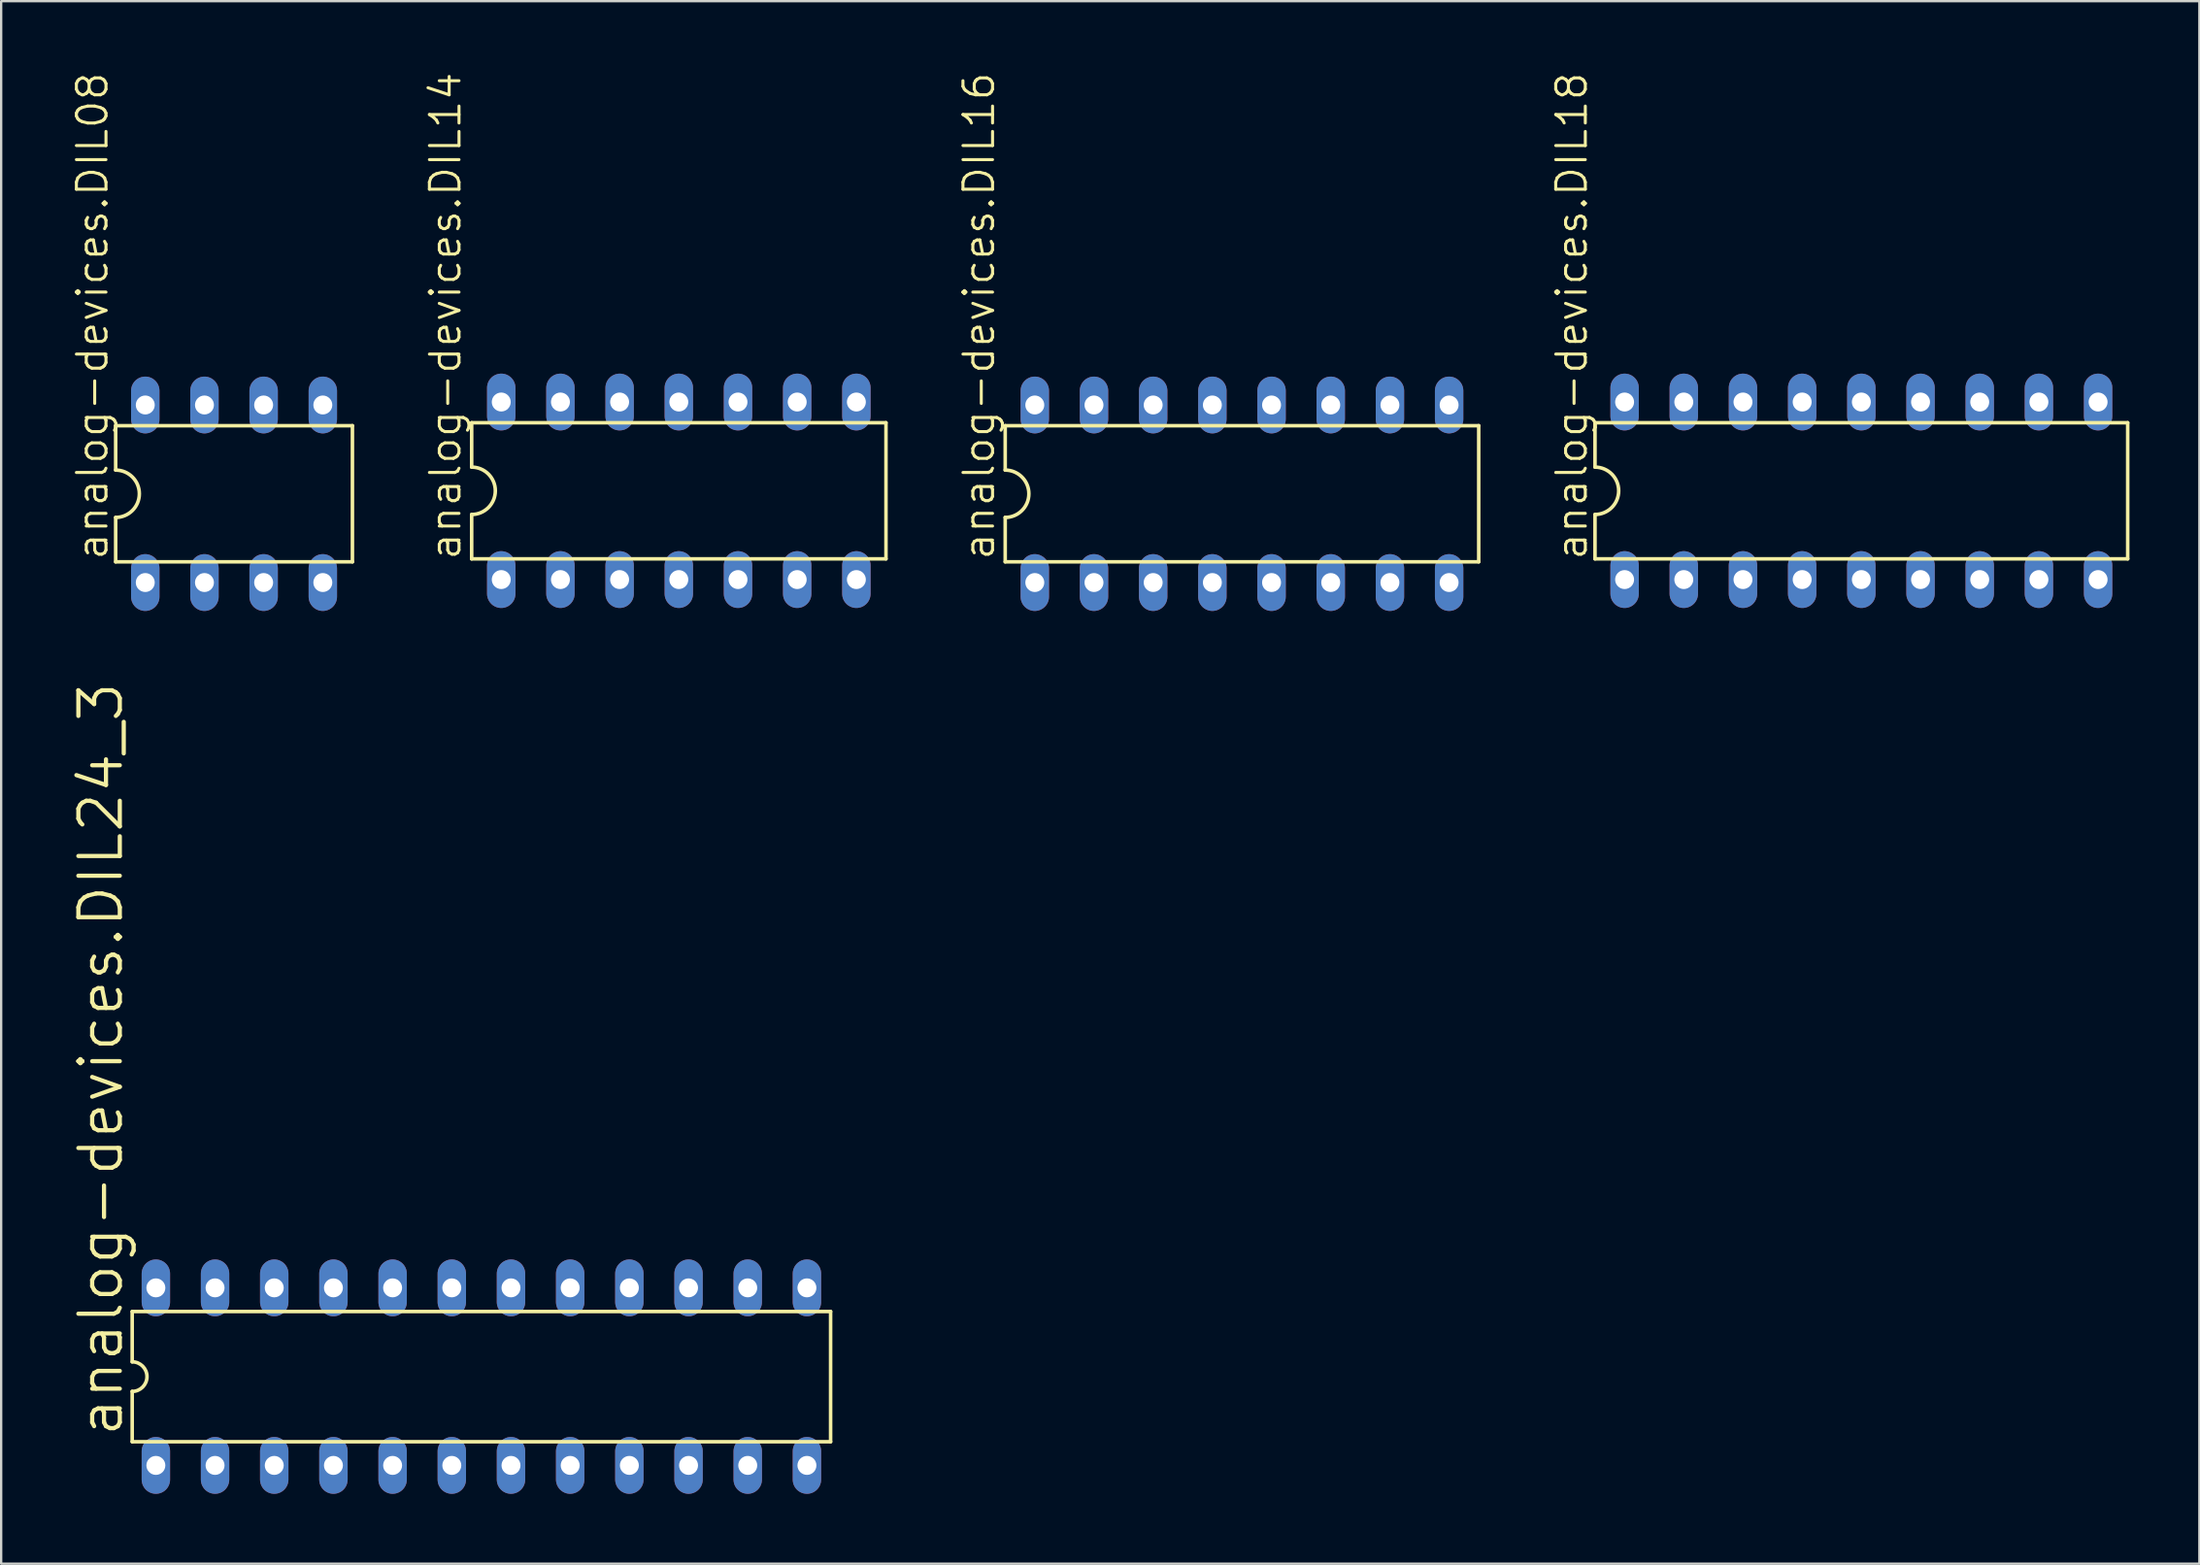
<source format=kicad_pcb>
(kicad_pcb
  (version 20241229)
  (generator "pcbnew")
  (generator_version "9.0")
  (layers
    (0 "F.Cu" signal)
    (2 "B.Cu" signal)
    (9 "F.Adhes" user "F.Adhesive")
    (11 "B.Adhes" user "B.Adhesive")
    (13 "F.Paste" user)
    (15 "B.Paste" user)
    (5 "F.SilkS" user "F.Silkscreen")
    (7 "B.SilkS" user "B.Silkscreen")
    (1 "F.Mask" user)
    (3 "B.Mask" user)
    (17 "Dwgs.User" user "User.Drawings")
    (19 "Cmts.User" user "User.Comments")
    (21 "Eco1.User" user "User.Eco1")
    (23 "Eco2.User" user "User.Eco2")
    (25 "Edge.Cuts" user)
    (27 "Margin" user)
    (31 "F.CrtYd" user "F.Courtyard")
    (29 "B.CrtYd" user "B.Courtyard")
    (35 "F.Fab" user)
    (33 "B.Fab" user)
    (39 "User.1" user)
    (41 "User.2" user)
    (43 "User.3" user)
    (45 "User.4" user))
  (footprint "analog-devices.DIL14"
    (layer "F.Cu")
    (at 26.081 18.013)
    (property "Reference" "analog-devices.DIL14" (at -9.271 3.048 90) (layer "F.SilkS") (effects (font (size 1.27 1.27) (thickness 0.13)) (justify left bottom)))
    (attr through_hole)
    (fp_line (start -8.89 -2.921) (end -8.89 -1.016) (stroke (width 0.152) (type default)) (layer "F.SilkS"))
    (fp_line (start -8.89 2.921) (end -8.89 1.016) (stroke (width 0.152) (type default)) (layer "F.SilkS"))
    (fp_line (start -8.89 2.921) (end 8.89 2.921) (stroke (width 0.152) (type default)) (layer "F.SilkS"))
    (fp_line (start 8.89 -2.921) (end -8.89 -2.921) (stroke (width 0.152) (type default)) (layer "F.SilkS"))
    (fp_line (start 8.89 -2.921) (end 8.89 2.921) (stroke (width 0.152) (type default)) (layer "F.SilkS"))
    (fp_arc (start -8.89 -1.016) (mid -7.874 0) (end -8.89 1.016) (stroke (width 0.1524) (type default)) (layer "F.SilkS"))
    (pad "1" thru_hole oval (at -7.62 3.81 90) (size 2.438 1.219) (drill 0.813) (layers "*.Cu" "*.Mask"))
    (pad "2" thru_hole oval (at -5.08 3.81 90) (size 2.438 1.219) (drill 0.813) (layers "*.Cu" "*.Mask"))
    (pad "3" thru_hole oval (at -2.54 3.81 90) (size 2.438 1.219) (drill 0.813) (layers "*.Cu" "*.Mask"))
    (pad "4" thru_hole oval (at 0 3.81 90) (size 2.438 1.219) (drill 0.813) (layers "*.Cu" "*.Mask"))
    (pad "5" thru_hole oval (at 2.54 3.81 90) (size 2.438 1.219) (drill 0.813) (layers "*.Cu" "*.Mask"))
    (pad "6" thru_hole oval (at 5.08 3.81 90) (size 2.438 1.219) (drill 0.813) (layers "*.Cu" "*.Mask"))
    (pad "7" thru_hole oval (at 7.62 3.81 90) (size 2.438 1.219) (drill 0.813) (layers "*.Cu" "*.Mask"))
    (pad "8" thru_hole oval (at 7.62 -3.81 90) (size 2.438 1.219) (drill 0.813) (layers "*.Cu" "*.Mask"))
    (pad "9" thru_hole oval (at 5.08 -3.81 90) (size 2.438 1.219) (drill 0.813) (layers "*.Cu" "*.Mask"))
    (pad "10" thru_hole oval (at 2.54 -3.81 90) (size 2.438 1.219) (drill 0.813) (layers "*.Cu" "*.Mask"))
    (pad "11" thru_hole oval (at 0 -3.81 90) (size 2.438 1.219) (drill 0.813) (layers "*.Cu" "*.Mask"))
    (pad "12" thru_hole oval (at -2.54 -3.81 90) (size 2.438 1.219) (drill 0.813) (layers "*.Cu" "*.Mask"))
    (pad "13" thru_hole oval (at -5.08 -3.81 90) (size 2.438 1.219) (drill 0.813) (layers "*.Cu" "*.Mask"))
    (pad "14" thru_hole oval (at -7.62 -3.81 90) (size 2.438 1.219) (drill 0.813) (layers "*.Cu" "*.Mask")))
  (footprint "analog-devices.DIL18"
    (layer "F.Cu")
    (at 76.829 18.013)
    (property "Reference" "analog-devices.DIL18" (at -11.684 3.048 90) (layer "F.SilkS") (effects (font (size 1.27 1.27) (thickness 0.13)) (justify left bottom)))
    (attr through_hole)
    (fp_line (start -11.43 -2.921) (end -11.43 -1.016) (stroke (width 0.152) (type default)) (layer "F.SilkS"))
    (fp_line (start -11.43 2.921) (end -11.43 1.016) (stroke (width 0.152) (type default)) (layer "F.SilkS"))
    (fp_line (start -11.43 2.921) (end 11.43 2.921) (stroke (width 0.152) (type default)) (layer "F.SilkS"))
    (fp_line (start 11.43 -2.921) (end -11.43 -2.921) (stroke (width 0.152) (type default)) (layer "F.SilkS"))
    (fp_line (start 11.43 -2.921) (end 11.43 2.921) (stroke (width 0.152) (type default)) (layer "F.SilkS"))
    (fp_arc (start -11.43 -1.016) (mid -10.414 0) (end -11.43 1.016) (stroke (width 0.1524) (type default)) (layer "F.SilkS"))
    (pad "1" thru_hole oval (at -10.16 3.81 90) (size 2.438 1.219) (drill 0.813) (layers "*.Cu" "*.Mask"))
    (pad "2" thru_hole oval (at -7.62 3.81 90) (size 2.438 1.219) (drill 0.813) (layers "*.Cu" "*.Mask"))
    (pad "3" thru_hole oval (at -5.08 3.81 90) (size 2.438 1.219) (drill 0.813) (layers "*.Cu" "*.Mask"))
    (pad "4" thru_hole oval (at -2.54 3.81 90) (size 2.438 1.219) (drill 0.813) (layers "*.Cu" "*.Mask"))
    (pad "5" thru_hole oval (at 0 3.81 90) (size 2.438 1.219) (drill 0.813) (layers "*.Cu" "*.Mask"))
    (pad "6" thru_hole oval (at 2.54 3.81 90) (size 2.438 1.219) (drill 0.813) (layers "*.Cu" "*.Mask"))
    (pad "7" thru_hole oval (at 5.08 3.81 90) (size 2.438 1.219) (drill 0.813) (layers "*.Cu" "*.Mask"))
    (pad "8" thru_hole oval (at 7.62 3.81 90) (size 2.438 1.219) (drill 0.813) (layers "*.Cu" "*.Mask"))
    (pad "9" thru_hole oval (at 10.16 3.81 90) (size 2.438 1.219) (drill 0.813) (layers "*.Cu" "*.Mask"))
    (pad "10" thru_hole oval (at 10.16 -3.81 90) (size 2.438 1.219) (drill 0.813) (layers "*.Cu" "*.Mask"))
    (pad "11" thru_hole oval (at 7.62 -3.81 90) (size 2.438 1.219) (drill 0.813) (layers "*.Cu" "*.Mask"))
    (pad "12" thru_hole oval (at 5.08 -3.81 90) (size 2.438 1.219) (drill 0.813) (layers "*.Cu" "*.Mask"))
    (pad "13" thru_hole oval (at 2.54 -3.81 90) (size 2.438 1.219) (drill 0.813) (layers "*.Cu" "*.Mask"))
    (pad "14" thru_hole oval (at 0 -3.81 90) (size 2.438 1.219) (drill 0.813) (layers "*.Cu" "*.Mask"))
    (pad "15" thru_hole oval (at -2.54 -3.81 90) (size 2.438 1.219) (drill 0.813) (layers "*.Cu" "*.Mask"))
    (pad "16" thru_hole oval (at -5.08 -3.81 90) (size 2.438 1.219) (drill 0.813) (layers "*.Cu" "*.Mask"))
    (pad "17" thru_hole oval (at -7.62 -3.81 90) (size 2.438 1.219) (drill 0.813) (layers "*.Cu" "*.Mask"))
    (pad "18" thru_hole oval (at -10.16 -3.81 90) (size 2.438 1.219) (drill 0.813) (layers "*.Cu" "*.Mask")))
  (footprint "analog-devices.DIL24_3"
    (layer "F.Cu")
    (at 17.609 56.029)
    (property "Reference" "analog-devices.DIL24_3" (at -15.291 2.667 90) (layer "F.SilkS") (effects (font (size 1.778 1.778) (thickness 0.18)) (justify left bottom)))
    (attr through_hole)
    (fp_line (start -14.986 -2.794) (end -14.986 -0.635) (stroke (width 0.152) (type default)) (layer "F.SilkS"))
    (fp_line (start -14.986 -2.794) (end 14.986 -2.794) (stroke (width 0.152) (type default)) (layer "F.SilkS"))
    (fp_line (start -14.986 0.635) (end -14.986 2.794) (stroke (width 0.152) (type default)) (layer "F.SilkS"))
    (fp_line (start -14.986 2.794) (end 14.986 2.794) (stroke (width 0.152) (type default)) (layer "F.SilkS"))
    (fp_line (start 14.986 2.794) (end 14.986 -2.794) (stroke (width 0.152) (type default)) (layer "F.SilkS"))
    (fp_arc (start -14.986 -0.635) (mid -14.351 0) (end -14.986 0.635) (stroke (width 0.1524) (type default)) (layer "F.SilkS"))
    (pad "1" thru_hole oval (at -13.97 3.81 90) (size 2.438 1.219) (drill 0.813) (layers "*.Cu" "*.Mask"))
    (pad "2" thru_hole oval (at -11.43 3.81 90) (size 2.438 1.219) (drill 0.813) (layers "*.Cu" "*.Mask"))
    (pad "3" thru_hole oval (at -8.89 3.81 90) (size 2.438 1.219) (drill 0.813) (layers "*.Cu" "*.Mask"))
    (pad "4" thru_hole oval (at -6.35 3.81 90) (size 2.438 1.219) (drill 0.813) (layers "*.Cu" "*.Mask"))
    (pad "5" thru_hole oval (at -3.81 3.81 90) (size 2.438 1.219) (drill 0.813) (layers "*.Cu" "*.Mask"))
    (pad "6" thru_hole oval (at -1.27 3.81 90) (size 2.438 1.219) (drill 0.813) (layers "*.Cu" "*.Mask"))
    (pad "7" thru_hole oval (at 1.27 3.81 90) (size 2.438 1.219) (drill 0.813) (layers "*.Cu" "*.Mask"))
    (pad "8" thru_hole oval (at 3.81 3.81 90) (size 2.438 1.219) (drill 0.813) (layers "*.Cu" "*.Mask"))
    (pad "9" thru_hole oval (at 6.35 3.81 90) (size 2.438 1.219) (drill 0.813) (layers "*.Cu" "*.Mask"))
    (pad "10" thru_hole oval (at 8.89 3.81 90) (size 2.438 1.219) (drill 0.813) (layers "*.Cu" "*.Mask"))
    (pad "11" thru_hole oval (at 11.43 3.81 90) (size 2.438 1.219) (drill 0.813) (layers "*.Cu" "*.Mask"))
    (pad "12" thru_hole oval (at 13.97 3.81 90) (size 2.438 1.219) (drill 0.813) (layers "*.Cu" "*.Mask"))
    (pad "13" thru_hole oval (at 13.97 -3.81 90) (size 2.438 1.219) (drill 0.813) (layers "*.Cu" "*.Mask"))
    (pad "14" thru_hole oval (at 11.43 -3.81 90) (size 2.438 1.219) (drill 0.813) (layers "*.Cu" "*.Mask"))
    (pad "15" thru_hole oval (at 8.89 -3.81 90) (size 2.438 1.219) (drill 0.813) (layers "*.Cu" "*.Mask"))
    (pad "16" thru_hole oval (at 6.35 -3.81 90) (size 2.438 1.219) (drill 0.813) (layers "*.Cu" "*.Mask"))
    (pad "17" thru_hole oval (at 3.81 -3.81 90) (size 2.438 1.219) (drill 0.813) (layers "*.Cu" "*.Mask"))
    (pad "18" thru_hole oval (at 1.27 -3.81 90) (size 2.438 1.219) (drill 0.813) (layers "*.Cu" "*.Mask"))
    (pad "19" thru_hole oval (at -1.27 -3.81 90) (size 2.438 1.219) (drill 0.813) (layers "*.Cu" "*.Mask"))
    (pad "20" thru_hole oval (at -3.81 -3.81 90) (size 2.438 1.219) (drill 0.813) (layers "*.Cu" "*.Mask"))
    (pad "21" thru_hole oval (at -6.35 -3.81 90) (size 2.438 1.219) (drill 0.813) (layers "*.Cu" "*.Mask"))
    (pad "22" thru_hole oval (at -8.89 -3.81 90) (size 2.438 1.219) (drill 0.813) (layers "*.Cu" "*.Mask"))
    (pad "23" thru_hole oval (at -11.43 -3.81 90) (size 2.438 1.219) (drill 0.813) (layers "*.Cu" "*.Mask"))
    (pad "24" thru_hole oval (at -13.97 -3.81 90) (size 2.438 1.219) (drill 0.813) (layers "*.Cu" "*.Mask")))
  (footprint "analog-devices.DIL16"
    (layer "F.Cu")
    (at 50.248 18.14)
    (property "Reference" "analog-devices.DIL16" (at -10.541 2.921 90) (layer "F.SilkS") (effects (font (size 1.27 1.27) (thickness 0.13)) (justify left bottom)))
    (attr through_hole)
    (fp_line (start -10.16 -2.921) (end -10.16 -1.016) (stroke (width 0.152) (type default)) (layer "F.SilkS"))
    (fp_line (start -10.16 2.921) (end -10.16 1.016) (stroke (width 0.152) (type default)) (layer "F.SilkS"))
    (fp_line (start -10.16 2.921) (end 10.16 2.921) (stroke (width 0.152) (type default)) (layer "F.SilkS"))
    (fp_line (start 10.16 -2.921) (end -10.16 -2.921) (stroke (width 0.152) (type default)) (layer "F.SilkS"))
    (fp_line (start 10.16 -2.921) (end 10.16 2.921) (stroke (width 0.152) (type default)) (layer "F.SilkS"))
    (fp_arc (start -10.16 -1.016) (mid -9.144 0) (end -10.16 1.016) (stroke (width 0.1524) (type default)) (layer "F.SilkS"))
    (pad "1" thru_hole oval (at -8.89 3.81 90) (size 2.438 1.219) (drill 0.813) (layers "*.Cu" "*.Mask"))
    (pad "2" thru_hole oval (at -6.35 3.81 90) (size 2.438 1.219) (drill 0.813) (layers "*.Cu" "*.Mask"))
    (pad "3" thru_hole oval (at -3.81 3.81 90) (size 2.438 1.219) (drill 0.813) (layers "*.Cu" "*.Mask"))
    (pad "4" thru_hole oval (at -1.27 3.81 90) (size 2.438 1.219) (drill 0.813) (layers "*.Cu" "*.Mask"))
    (pad "5" thru_hole oval (at 1.27 3.81 90) (size 2.438 1.219) (drill 0.813) (layers "*.Cu" "*.Mask"))
    (pad "6" thru_hole oval (at 3.81 3.81 90) (size 2.438 1.219) (drill 0.813) (layers "*.Cu" "*.Mask"))
    (pad "7" thru_hole oval (at 6.35 3.81 90) (size 2.438 1.219) (drill 0.813) (layers "*.Cu" "*.Mask"))
    (pad "8" thru_hole oval (at 8.89 3.81 90) (size 2.438 1.219) (drill 0.813) (layers "*.Cu" "*.Mask"))
    (pad "9" thru_hole oval (at 8.89 -3.81 90) (size 2.438 1.219) (drill 0.813) (layers "*.Cu" "*.Mask"))
    (pad "10" thru_hole oval (at 6.35 -3.81 90) (size 2.438 1.219) (drill 0.813) (layers "*.Cu" "*.Mask"))
    (pad "11" thru_hole oval (at 3.81 -3.81 90) (size 2.438 1.219) (drill 0.813) (layers "*.Cu" "*.Mask"))
    (pad "12" thru_hole oval (at 1.27 -3.81 90) (size 2.438 1.219) (drill 0.813) (layers "*.Cu" "*.Mask"))
    (pad "13" thru_hole oval (at -1.27 -3.81 90) (size 2.438 1.219) (drill 0.813) (layers "*.Cu" "*.Mask"))
    (pad "14" thru_hole oval (at -3.81 -3.81 90) (size 2.438 1.219) (drill 0.813) (layers "*.Cu" "*.Mask"))
    (pad "15" thru_hole oval (at -6.35 -3.81 90) (size 2.438 1.219) (drill 0.813) (layers "*.Cu" "*.Mask"))
    (pad "16" thru_hole oval (at -8.89 -3.81 90) (size 2.438 1.219) (drill 0.813) (layers "*.Cu" "*.Mask")))
  (footprint "analog-devices.DIL08"
    (layer "F.Cu")
    (at 6.994 18.14)
    (property "Reference" "analog-devices.DIL08" (at -5.334 2.921 90) (layer "F.SilkS") (effects (font (size 1.27 1.27) (thickness 0.13)) (justify left bottom)))
    (attr through_hole)
    (fp_line (start -5.08 -2.921) (end -5.08 -1.016) (stroke (width 0.152) (type default)) (layer "F.SilkS"))
    (fp_line (start -5.08 2.921) (end -5.08 1.016) (stroke (width 0.152) (type default)) (layer "F.SilkS"))
    (fp_line (start -5.08 2.921) (end 5.08 2.921) (stroke (width 0.152) (type default)) (layer "F.SilkS"))
    (fp_line (start 5.08 -2.921) (end -5.08 -2.921) (stroke (width 0.152) (type default)) (layer "F.SilkS"))
    (fp_line (start 5.08 -2.921) (end 5.08 2.921) (stroke (width 0.152) (type default)) (layer "F.SilkS"))
    (fp_arc (start -5.08 -1.016) (mid -4.064 0) (end -5.08 1.016) (stroke (width 0.1524) (type default)) (layer "F.SilkS"))
    (pad "1" thru_hole oval (at -3.81 3.81 90) (size 2.438 1.219) (drill 0.813) (layers "*.Cu" "*.Mask"))
    (pad "2" thru_hole oval (at -1.27 3.81 90) (size 2.438 1.219) (drill 0.813) (layers "*.Cu" "*.Mask"))
    (pad "3" thru_hole oval (at 1.27 3.81 90) (size 2.438 1.219) (drill 0.813) (layers "*.Cu" "*.Mask"))
    (pad "4" thru_hole oval (at 3.81 3.81 90) (size 2.438 1.219) (drill 0.813) (layers "*.Cu" "*.Mask"))
    (pad "5" thru_hole oval (at 3.81 -3.81 90) (size 2.438 1.219) (drill 0.813) (layers "*.Cu" "*.Mask"))
    (pad "6" thru_hole oval (at 1.27 -3.81 90) (size 2.438 1.219) (drill 0.813) (layers "*.Cu" "*.Mask"))
    (pad "7" thru_hole oval (at -1.27 -3.81 90) (size 2.438 1.219) (drill 0.813) (layers "*.Cu" "*.Mask"))
    (pad "8" thru_hole oval (at -3.81 -3.81 90) (size 2.438 1.219) (drill 0.813) (layers "*.Cu" "*.Mask")))
  (gr_rect
    (start -3 -3)
    (end 91.335 64.058)
    (stroke (width 0.1) (type default))
    (fill no)
    (layer "Edge.Cuts")))
</source>
